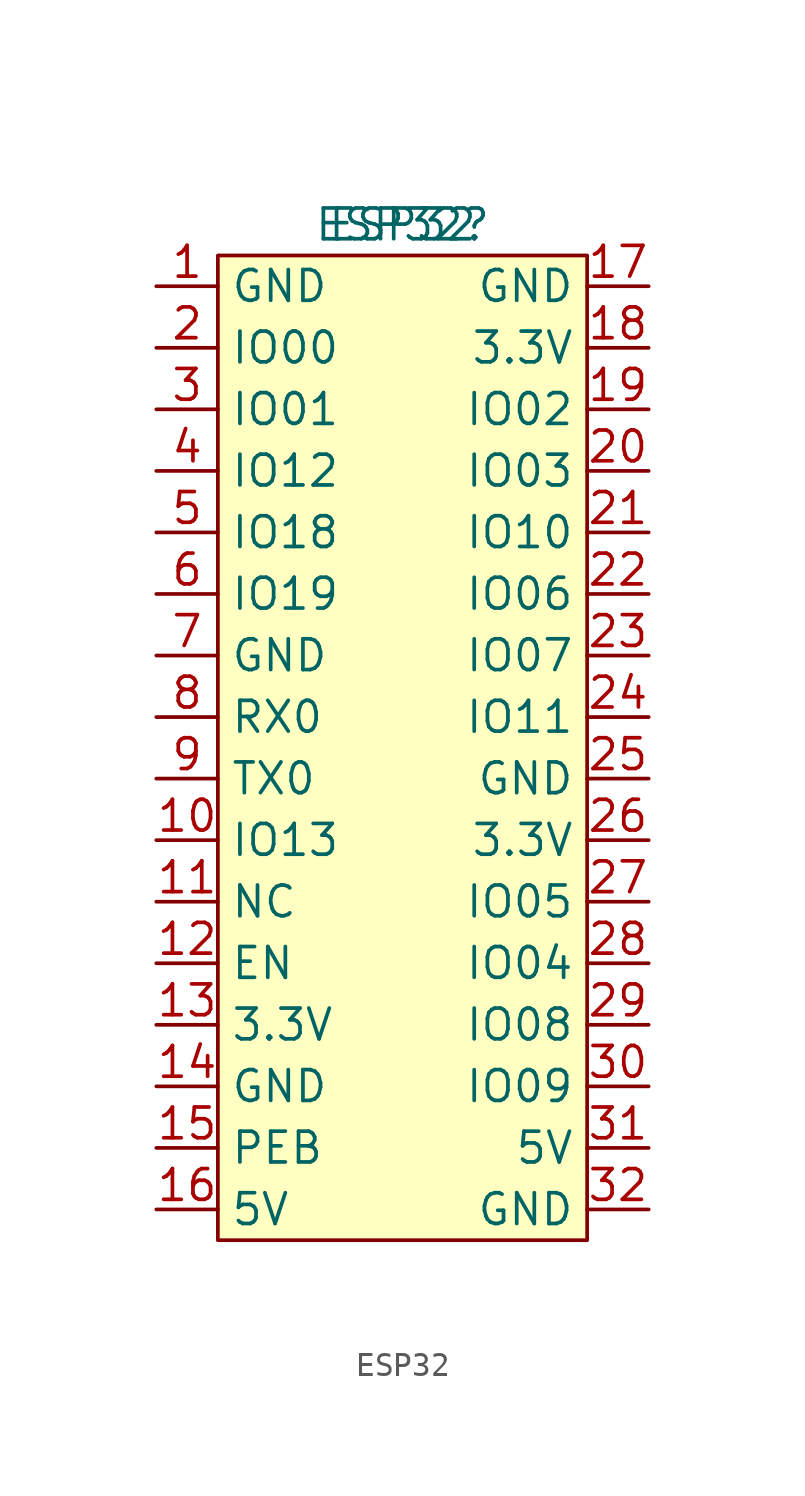
<source format=kicad_sym>
(kicad_symbol_lib
  (version 20211014)
  (generator kicad_symbol_editor)
  (symbol "ESP32"
    (property "Reference" "ESP32"
      (at -3.81 -2.54 0)
      (effects (font (size 1.27 1.27))))
    (property "Value" "ESP32"
      (at -3.81 -2.54 0)
      (effects (font (size 1.27 1.27))))
    (symbol "ESP32_0_1"
      (rectangle (start -11.43 -3.81) (end 3.81 -44.45) (stroke (width 0) (type default) (color 0 0 0 0)) (fill (type background))))
    (symbol "ESP32_1_1"
      (pin input line (at -13.97 -5.08 0) (length 2.54) (name "GND" (effects (font (size 1.27 1.27)))) (number "1" (effects (font (size 1.27 1.27)))))
      (pin input line (at -13.97 -27.94 0) (length 2.54) (name "IO13" (effects (font (size 1.27 1.27)))) (number "10" (effects (font (size 1.27 1.27)))))
      (pin input line (at -13.97 -30.48 0) (length 2.54) (name "NC" (effects (font (size 1.27 1.27)))) (number "11" (effects (font (size 1.27 1.27)))))
      (pin input line (at -13.97 -33.02 0) (length 2.54) (name "EN" (effects (font (size 1.27 1.27)))) (number "12" (effects (font (size 1.27 1.27)))))
      (pin input line (at -13.97 -35.56 0) (length 2.54) (name "3.3V" (effects (font (size 1.27 1.27)))) (number "13" (effects (font (size 1.27 1.27)))))
      (pin input line (at -13.97 -38.1 0) (length 2.54) (name "GND" (effects (font (size 1.27 1.27)))) (number "14" (effects (font (size 1.27 1.27)))))
      (pin input line (at -13.97 -40.64 0) (length 2.54) (name "PEB" (effects (font (size 1.27 1.27)))) (number "15" (effects (font (size 1.27 1.27)))))
      (pin input line (at -13.97 -43.18 0) (length 2.54) (name "5V" (effects (font (size 1.27 1.27)))) (number "16" (effects (font (size 1.27 1.27)))))
      (pin input line (at 6.35 -5.08 180) (length 2.54) (name "GND" (effects (font (size 1.27 1.27)))) (number "17" (effects (font (size 1.27 1.27)))))
      (pin input line (at 6.35 -7.62 180) (length 2.54) (name "3.3V" (effects (font (size 1.27 1.27)))) (number "18" (effects (font (size 1.27 1.27)))))
      (pin input line (at 6.35 -10.16 180) (length 2.54) (name "IO02" (effects (font (size 1.27 1.27)))) (number "19" (effects (font (size 1.27 1.27)))))
      (pin input line (at -13.97 -7.62 0) (length 2.54) (name "IO00" (effects (font (size 1.27 1.27)))) (number "2" (effects (font (size 1.27 1.27)))))
      (pin input line (at 6.35 -12.7 180) (length 2.54) (name "IO03" (effects (font (size 1.27 1.27)))) (number "20" (effects (font (size 1.27 1.27)))))
      (pin input line (at 6.35 -15.24 180) (length 2.54) (name "IO10" (effects (font (size 1.27 1.27)))) (number "21" (effects (font (size 1.27 1.27)))))
      (pin input line (at 6.35 -17.78 180) (length 2.54) (name "IO06" (effects (font (size 1.27 1.27)))) (number "22" (effects (font (size 1.27 1.27)))))
      (pin input line (at 6.35 -20.32 180) (length 2.54) (name "IO07" (effects (font (size 1.27 1.27)))) (number "23" (effects (font (size 1.27 1.27)))))
      (pin input line (at 6.35 -22.86 180) (length 2.54) (name "IO11" (effects (font (size 1.27 1.27)))) (number "24" (effects (font (size 1.27 1.27)))))
      (pin input line (at 6.35 -25.4 180) (length 2.54) (name "GND" (effects (font (size 1.27 1.27)))) (number "25" (effects (font (size 1.27 1.27)))))
      (pin input line (at 6.35 -27.94 180) (length 2.54) (name "3.3V" (effects (font (size 1.27 1.27)))) (number "26" (effects (font (size 1.27 1.27)))))
      (pin input line (at 6.35 -30.48 180) (length 2.54) (name "IO05" (effects (font (size 1.27 1.27)))) (number "27" (effects (font (size 1.27 1.27)))))
      (pin input line (at 6.35 -33.02 180) (length 2.54) (name "IO04" (effects (font (size 1.27 1.27)))) (number "28" (effects (font (size 1.27 1.27)))))
      (pin input line (at 6.35 -35.56 180) (length 2.54) (name "IO08" (effects (font (size 1.27 1.27)))) (number "29" (effects (font (size 1.27 1.27)))))
      (pin input line (at -13.97 -10.16 0) (length 2.54) (name "IO01" (effects (font (size 1.27 1.27)))) (number "3" (effects (font (size 1.27 1.27)))))
      (pin input line (at 6.35 -38.1 180) (length 2.54) (name "IO09" (effects (font (size 1.27 1.27)))) (number "30" (effects (font (size 1.27 1.27)))))
      (pin input line (at 6.35 -40.64 180) (length 2.54) (name "5V" (effects (font (size 1.27 1.27)))) (number "31" (effects (font (size 1.27 1.27)))))
      (pin input line (at 6.35 -43.18 180) (length 2.54) (name "GND" (effects (font (size 1.27 1.27)))) (number "32" (effects (font (size 1.27 1.27)))))
      (pin input line (at -13.97 -12.7 0) (length 2.54) (name "IO12" (effects (font (size 1.27 1.27)))) (number "4" (effects (font (size 1.27 1.27)))))
      (pin input line (at -13.97 -15.24 0) (length 2.54) (name "IO18" (effects (font (size 1.27 1.27)))) (number "5" (effects (font (size 1.27 1.27)))))
      (pin input line (at -13.97 -17.78 0) (length 2.54) (name "IO19" (effects (font (size 1.27 1.27)))) (number "6" (effects (font (size 1.27 1.27)))))
      (pin input line (at -13.97 -20.32 0) (length 2.54) (name "GND" (effects (font (size 1.27 1.27)))) (number "7" (effects (font (size 1.27 1.27)))))
      (pin input line (at -13.97 -22.86 0) (length 2.54) (name "RX0" (effects (font (size 1.27 1.27)))) (number "8" (effects (font (size 1.27 1.27)))))
      (pin input line (at -13.97 -25.4 0) (length 2.54) (name "TX0" (effects (font (size 1.27 1.27)))) (number "9" (effects (font (size 1.27 1.27))))))))
</source>
